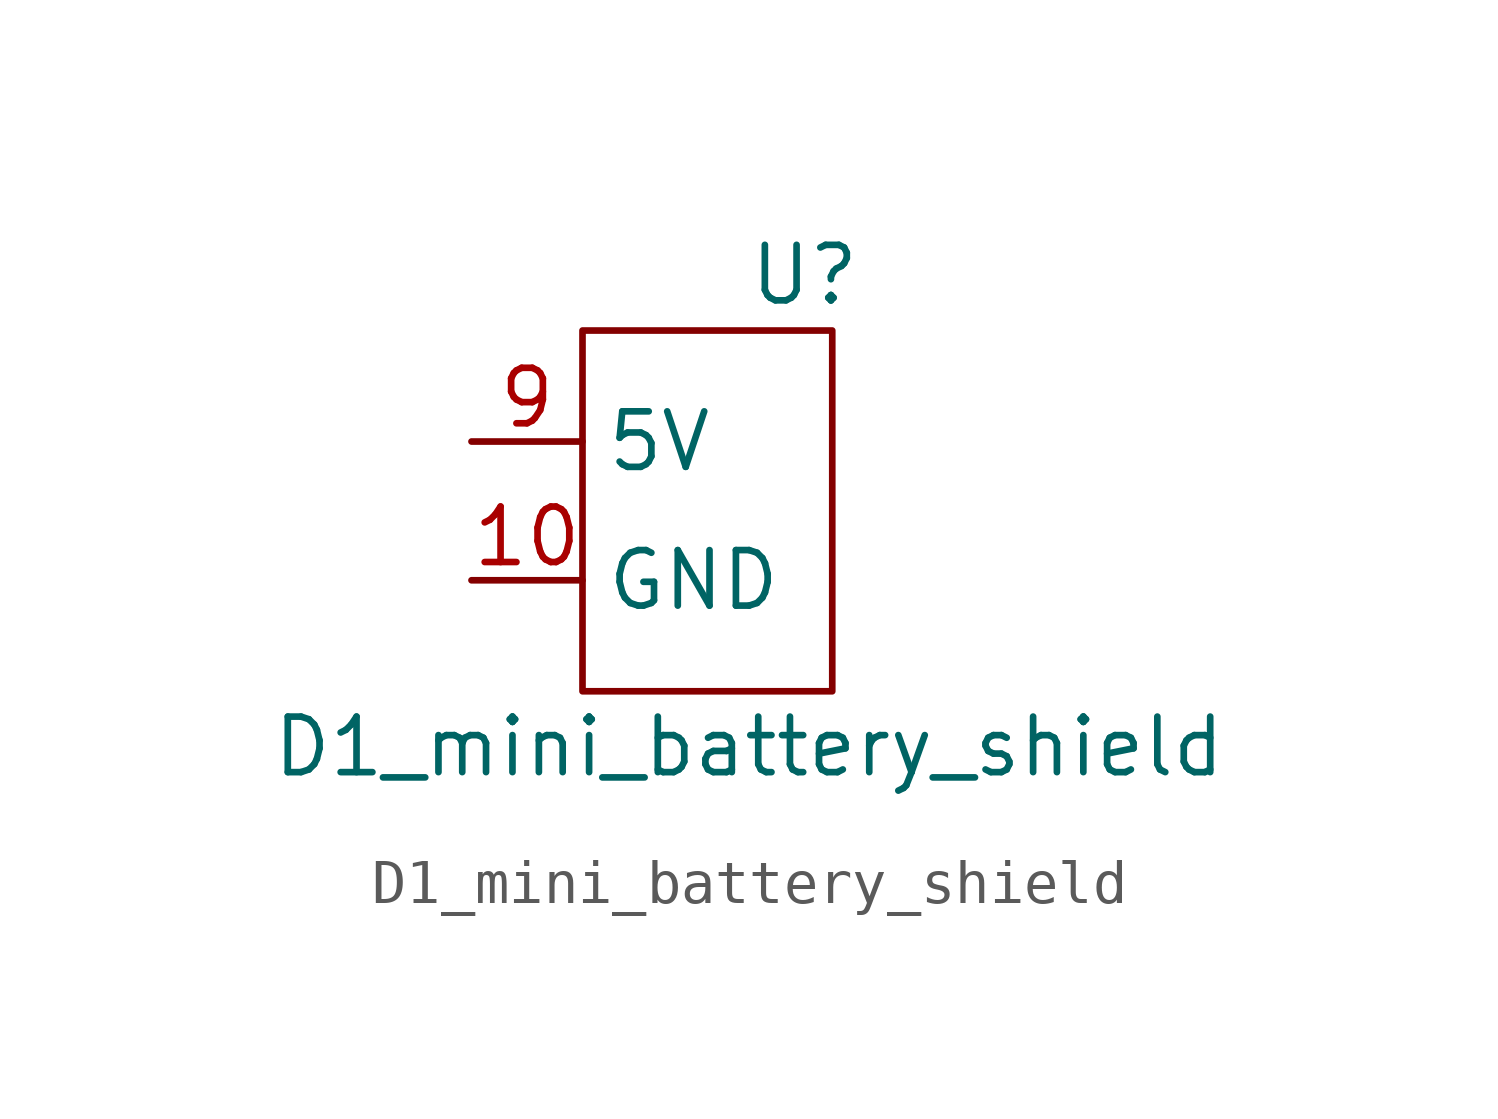
<source format=kicad_sym>
(kicad_symbol_lib
  (version 20211014)
  (generator kicad_symbol_editor)
  (symbol "D1_mini_battery_shield"
    (property "Reference" "U"
      (at 3.81 8.89 0)
      (effects (font (size 1.27 1.27))))
    (property "Value" "D1_mini_battery_shield"
      (at 2.54 -1.905 0)
      (effects (font (size 1.27 1.27))))
    (symbol "D1_mini_battery_shield_0_1"
      (rectangle (start -1.27 7.62) (end 4.445 -0.635) (stroke (width 0) (type default) (color 0 0 0 0)) (fill (type none))))
    (symbol "D1_mini_battery_shield_1_1"
      (pin input line (at -3.81 1.905 0) (length 2.54) (name "GND" (effects (font (size 1.27 1.27)))) (number "10" (effects (font (size 1.27 1.27)))))
      (pin input line (at -3.81 5.08 0) (length 2.54) (name "5V" (effects (font (size 1.27 1.27)))) (number "9" (effects (font (size 1.27 1.27))))))))
</source>
